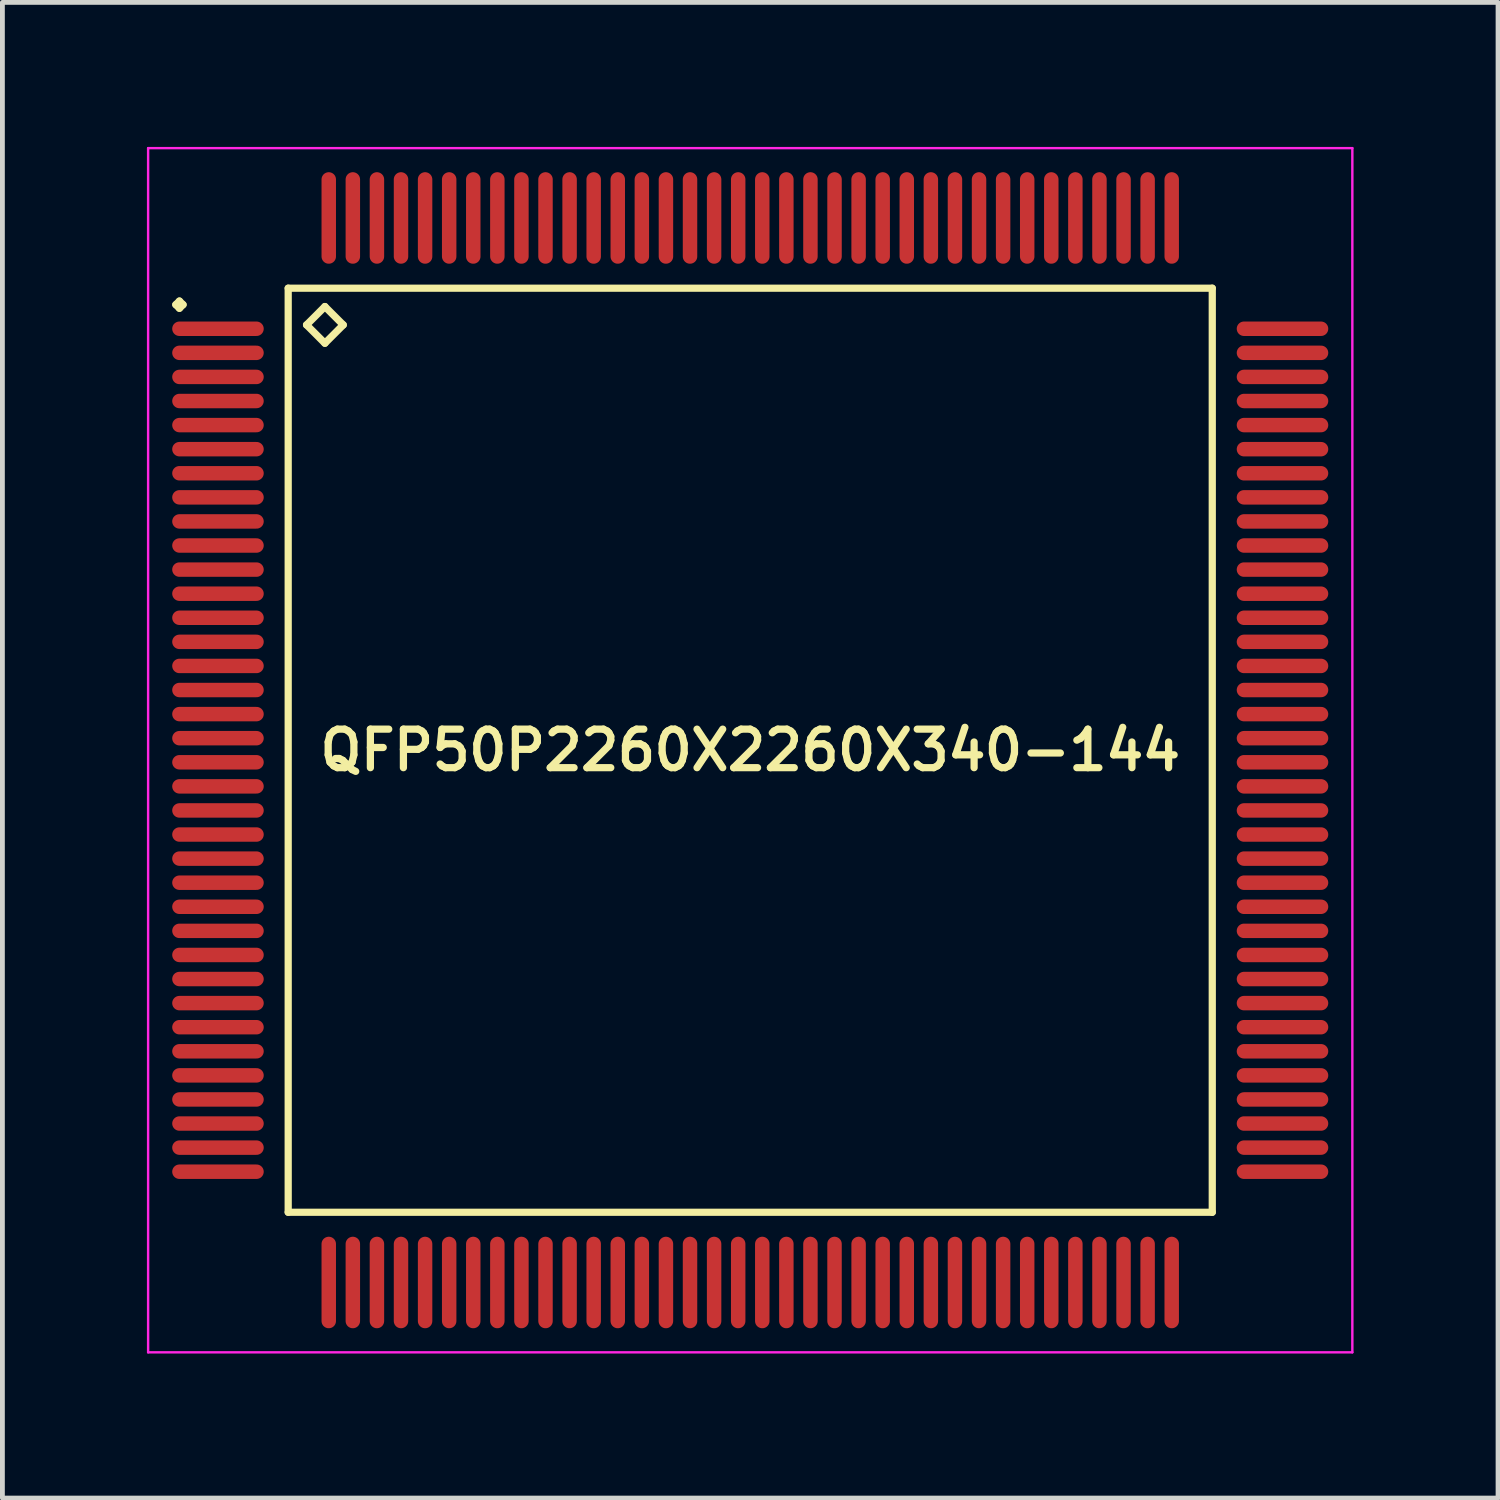
<source format=kicad_pcb>
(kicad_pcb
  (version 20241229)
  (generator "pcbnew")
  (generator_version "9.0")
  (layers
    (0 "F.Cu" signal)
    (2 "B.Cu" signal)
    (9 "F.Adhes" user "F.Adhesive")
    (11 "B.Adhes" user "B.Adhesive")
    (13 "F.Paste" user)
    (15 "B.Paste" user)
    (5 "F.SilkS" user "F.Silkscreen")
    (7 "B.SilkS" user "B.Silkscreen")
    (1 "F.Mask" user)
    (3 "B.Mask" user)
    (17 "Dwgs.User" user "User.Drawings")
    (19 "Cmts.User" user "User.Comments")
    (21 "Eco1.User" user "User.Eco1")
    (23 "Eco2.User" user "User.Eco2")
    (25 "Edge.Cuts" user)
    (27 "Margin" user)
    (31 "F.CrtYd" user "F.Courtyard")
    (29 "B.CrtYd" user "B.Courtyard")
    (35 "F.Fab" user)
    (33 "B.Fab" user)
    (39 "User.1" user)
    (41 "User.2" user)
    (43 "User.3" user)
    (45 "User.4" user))
  (footprint "QFP50P2260X2260X340-144"
    (layer "F.Cu")
    (at 12.525 12.525)
    (property "Reference" "QFP50P2260X2260X340-144" (at 0 0 0) (layer "F.SilkS") (effects (font (size 0.8 0.8) (thickness 0.15))))
    (attr smd)
    (fp_line (start -11.925 -9.25) (end -11.85 -9.325) (stroke (width 0.15) (type solid)) (layer "F.SilkS"))
    (fp_line (start -11.85 -9.325) (end -11.775 -9.25) (stroke (width 0.15) (type solid)) (layer "F.SilkS"))
    (fp_line (start -11.85 -9.175) (end -11.925 -9.25) (stroke (width 0.15) (type solid)) (layer "F.SilkS"))
    (fp_line (start -11.775 -9.25) (end -11.85 -9.175) (stroke (width 0.15) (type solid)) (layer "F.SilkS"))
    (fp_line (start -9.592 -9.592) (end -9.592 9.592) (stroke (width 0.15) (type solid)) (layer "F.SilkS"))
    (fp_line (start -9.592 9.592) (end 9.592 9.592) (stroke (width 0.15) (type solid)) (layer "F.SilkS"))
    (fp_line (start -9.211 -8.83) (end -8.83 -9.211) (stroke (width 0.15) (type solid)) (layer "F.SilkS"))
    (fp_line (start -8.83 -9.211) (end -8.449 -8.83) (stroke (width 0.15) (type solid)) (layer "F.SilkS"))
    (fp_line (start -8.83 -8.449) (end -9.211 -8.83) (stroke (width 0.15) (type solid)) (layer "F.SilkS"))
    (fp_line (start -8.449 -8.83) (end -8.83 -8.449) (stroke (width 0.15) (type solid)) (layer "F.SilkS"))
    (fp_line (start 9.592 -9.592) (end -9.592 -9.592) (stroke (width 0.15) (type solid)) (layer "F.SilkS"))
    (fp_line (start 9.592 9.592) (end 9.592 -9.592) (stroke (width 0.15) (type solid)) (layer "F.SilkS"))
    (fp_line (start -12.5 -12.5) (end 12.5 -12.5) (stroke (width 0.05) (type solid)) (layer "F.CrtYd"))
    (fp_line (start -12.5 12.5) (end -12.5 -12.5) (stroke (width 0.05) (type solid)) (layer "F.CrtYd"))
    (fp_line (start 12.5 -12.5) (end 12.5 12.5) (stroke (width 0.05) (type solid)) (layer "F.CrtYd"))
    (fp_line (start 12.5 12.5) (end -12.5 12.5) (stroke (width 0.05) (type solid)) (layer "F.CrtYd"))
    (pad "1" smd oval (at -11.05 -8.75) (size 1.9 0.3) (layers "F.Cu" "F.Mask" "F.Paste"))
    (pad "2" smd oval (at -11.05 -8.25) (size 1.9 0.3) (layers "F.Cu" "F.Mask" "F.Paste"))
    (pad "3" smd oval (at -11.05 -7.75) (size 1.9 0.3) (layers "F.Cu" "F.Mask" "F.Paste"))
    (pad "4" smd oval (at -11.05 -7.25) (size 1.9 0.3) (layers "F.Cu" "F.Mask" "F.Paste"))
    (pad "5" smd oval (at -11.05 -6.75) (size 1.9 0.3) (layers "F.Cu" "F.Mask" "F.Paste"))
    (pad "6" smd oval (at -11.05 -6.25) (size 1.9 0.3) (layers "F.Cu" "F.Mask" "F.Paste"))
    (pad "7" smd oval (at -11.05 -5.75) (size 1.9 0.3) (layers "F.Cu" "F.Mask" "F.Paste"))
    (pad "8" smd oval (at -11.05 -5.25) (size 1.9 0.3) (layers "F.Cu" "F.Mask" "F.Paste"))
    (pad "9" smd oval (at -11.05 -4.75) (size 1.9 0.3) (layers "F.Cu" "F.Mask" "F.Paste"))
    (pad "10" smd oval (at -11.05 -4.25) (size 1.9 0.3) (layers "F.Cu" "F.Mask" "F.Paste"))
    (pad "11" smd oval (at -11.05 -3.75) (size 1.9 0.3) (layers "F.Cu" "F.Mask" "F.Paste"))
    (pad "12" smd oval (at -11.05 -3.25) (size 1.9 0.3) (layers "F.Cu" "F.Mask" "F.Paste"))
    (pad "13" smd oval (at -11.05 -2.75) (size 1.9 0.3) (layers "F.Cu" "F.Mask" "F.Paste"))
    (pad "14" smd oval (at -11.05 -2.25) (size 1.9 0.3) (layers "F.Cu" "F.Mask" "F.Paste"))
    (pad "15" smd oval (at -11.05 -1.75) (size 1.9 0.3) (layers "F.Cu" "F.Mask" "F.Paste"))
    (pad "16" smd oval (at -11.05 -1.25) (size 1.9 0.3) (layers "F.Cu" "F.Mask" "F.Paste"))
    (pad "17" smd oval (at -11.05 -0.75) (size 1.9 0.3) (layers "F.Cu" "F.Mask" "F.Paste"))
    (pad "18" smd oval (at -11.05 -0.25) (size 1.9 0.3) (layers "F.Cu" "F.Mask" "F.Paste"))
    (pad "19" smd oval (at -11.05 0.25) (size 1.9 0.3) (layers "F.Cu" "F.Mask" "F.Paste"))
    (pad "20" smd oval (at -11.05 0.75) (size 1.9 0.3) (layers "F.Cu" "F.Mask" "F.Paste"))
    (pad "21" smd oval (at -11.05 1.25) (size 1.9 0.3) (layers "F.Cu" "F.Mask" "F.Paste"))
    (pad "22" smd oval (at -11.05 1.75) (size 1.9 0.3) (layers "F.Cu" "F.Mask" "F.Paste"))
    (pad "23" smd oval (at -11.05 2.25) (size 1.9 0.3) (layers "F.Cu" "F.Mask" "F.Paste"))
    (pad "24" smd oval (at -11.05 2.75) (size 1.9 0.3) (layers "F.Cu" "F.Mask" "F.Paste"))
    (pad "25" smd oval (at -11.05 3.25) (size 1.9 0.3) (layers "F.Cu" "F.Mask" "F.Paste"))
    (pad "26" smd oval (at -11.05 3.75) (size 1.9 0.3) (layers "F.Cu" "F.Mask" "F.Paste"))
    (pad "27" smd oval (at -11.05 4.25) (size 1.9 0.3) (layers "F.Cu" "F.Mask" "F.Paste"))
    (pad "28" smd oval (at -11.05 4.75) (size 1.9 0.3) (layers "F.Cu" "F.Mask" "F.Paste"))
    (pad "29" smd oval (at -11.05 5.25) (size 1.9 0.3) (layers "F.Cu" "F.Mask" "F.Paste"))
    (pad "30" smd oval (at -11.05 5.75) (size 1.9 0.3) (layers "F.Cu" "F.Mask" "F.Paste"))
    (pad "31" smd oval (at -11.05 6.25) (size 1.9 0.3) (layers "F.Cu" "F.Mask" "F.Paste"))
    (pad "32" smd oval (at -11.05 6.75) (size 1.9 0.3) (layers "F.Cu" "F.Mask" "F.Paste"))
    (pad "33" smd oval (at -11.05 7.25) (size 1.9 0.3) (layers "F.Cu" "F.Mask" "F.Paste"))
    (pad "34" smd oval (at -11.05 7.75) (size 1.9 0.3) (layers "F.Cu" "F.Mask" "F.Paste"))
    (pad "35" smd oval (at -11.05 8.25) (size 1.9 0.3) (layers "F.Cu" "F.Mask" "F.Paste"))
    (pad "36" smd oval (at -11.05 8.75) (size 1.9 0.3) (layers "F.Cu" "F.Mask" "F.Paste"))
    (pad "37" smd oval (at -8.75 11.05) (size 0.3 1.9) (layers "F.Cu" "F.Mask" "F.Paste"))
    (pad "38" smd oval (at -8.25 11.05) (size 0.3 1.9) (layers "F.Cu" "F.Mask" "F.Paste"))
    (pad "39" smd oval (at -7.75 11.05) (size 0.3 1.9) (layers "F.Cu" "F.Mask" "F.Paste"))
    (pad "40" smd oval (at -7.25 11.05) (size 0.3 1.9) (layers "F.Cu" "F.Mask" "F.Paste"))
    (pad "41" smd oval (at -6.75 11.05) (size 0.3 1.9) (layers "F.Cu" "F.Mask" "F.Paste"))
    (pad "42" smd oval (at -6.25 11.05) (size 0.3 1.9) (layers "F.Cu" "F.Mask" "F.Paste"))
    (pad "43" smd oval (at -5.75 11.05) (size 0.3 1.9) (layers "F.Cu" "F.Mask" "F.Paste"))
    (pad "44" smd oval (at -5.25 11.05) (size 0.3 1.9) (layers "F.Cu" "F.Mask" "F.Paste"))
    (pad "45" smd oval (at -4.75 11.05) (size 0.3 1.9) (layers "F.Cu" "F.Mask" "F.Paste"))
    (pad "46" smd oval (at -4.25 11.05) (size 0.3 1.9) (layers "F.Cu" "F.Mask" "F.Paste"))
    (pad "47" smd oval (at -3.75 11.05) (size 0.3 1.9) (layers "F.Cu" "F.Mask" "F.Paste"))
    (pad "48" smd oval (at -3.25 11.05) (size 0.3 1.9) (layers "F.Cu" "F.Mask" "F.Paste"))
    (pad "49" smd oval (at -2.75 11.05) (size 0.3 1.9) (layers "F.Cu" "F.Mask" "F.Paste"))
    (pad "50" smd oval (at -2.25 11.05) (size 0.3 1.9) (layers "F.Cu" "F.Mask" "F.Paste"))
    (pad "51" smd oval (at -1.75 11.05) (size 0.3 1.9) (layers "F.Cu" "F.Mask" "F.Paste"))
    (pad "52" smd oval (at -1.25 11.05) (size 0.3 1.9) (layers "F.Cu" "F.Mask" "F.Paste"))
    (pad "53" smd oval (at -0.75 11.05) (size 0.3 1.9) (layers "F.Cu" "F.Mask" "F.Paste"))
    (pad "54" smd oval (at -0.25 11.05) (size 0.3 1.9) (layers "F.Cu" "F.Mask" "F.Paste"))
    (pad "55" smd oval (at 0.25 11.05) (size 0.3 1.9) (layers "F.Cu" "F.Mask" "F.Paste"))
    (pad "56" smd oval (at 0.75 11.05) (size 0.3 1.9) (layers "F.Cu" "F.Mask" "F.Paste"))
    (pad "57" smd oval (at 1.25 11.05) (size 0.3 1.9) (layers "F.Cu" "F.Mask" "F.Paste"))
    (pad "58" smd oval (at 1.75 11.05) (size 0.3 1.9) (layers "F.Cu" "F.Mask" "F.Paste"))
    (pad "59" smd oval (at 2.25 11.05) (size 0.3 1.9) (layers "F.Cu" "F.Mask" "F.Paste"))
    (pad "60" smd oval (at 2.75 11.05) (size 0.3 1.9) (layers "F.Cu" "F.Mask" "F.Paste"))
    (pad "61" smd oval (at 3.25 11.05) (size 0.3 1.9) (layers "F.Cu" "F.Mask" "F.Paste"))
    (pad "62" smd oval (at 3.75 11.05) (size 0.3 1.9) (layers "F.Cu" "F.Mask" "F.Paste"))
    (pad "63" smd oval (at 4.25 11.05) (size 0.3 1.9) (layers "F.Cu" "F.Mask" "F.Paste"))
    (pad "64" smd oval (at 4.75 11.05) (size 0.3 1.9) (layers "F.Cu" "F.Mask" "F.Paste"))
    (pad "65" smd oval (at 5.25 11.05) (size 0.3 1.9) (layers "F.Cu" "F.Mask" "F.Paste"))
    (pad "66" smd oval (at 5.75 11.05) (size 0.3 1.9) (layers "F.Cu" "F.Mask" "F.Paste"))
    (pad "67" smd oval (at 6.25 11.05) (size 0.3 1.9) (layers "F.Cu" "F.Mask" "F.Paste"))
    (pad "68" smd oval (at 6.75 11.05) (size 0.3 1.9) (layers "F.Cu" "F.Mask" "F.Paste"))
    (pad "69" smd oval (at 7.25 11.05) (size 0.3 1.9) (layers "F.Cu" "F.Mask" "F.Paste"))
    (pad "70" smd oval (at 7.75 11.05) (size 0.3 1.9) (layers "F.Cu" "F.Mask" "F.Paste"))
    (pad "71" smd oval (at 8.25 11.05) (size 0.3 1.9) (layers "F.Cu" "F.Mask" "F.Paste"))
    (pad "72" smd oval (at 8.75 11.05) (size 0.3 1.9) (layers "F.Cu" "F.Mask" "F.Paste"))
    (pad "73" smd oval (at 11.05 8.75) (size 1.9 0.3) (layers "F.Cu" "F.Mask" "F.Paste"))
    (pad "74" smd oval (at 11.05 8.25) (size 1.9 0.3) (layers "F.Cu" "F.Mask" "F.Paste"))
    (pad "75" smd oval (at 11.05 7.75) (size 1.9 0.3) (layers "F.Cu" "F.Mask" "F.Paste"))
    (pad "76" smd oval (at 11.05 7.25) (size 1.9 0.3) (layers "F.Cu" "F.Mask" "F.Paste"))
    (pad "77" smd oval (at 11.05 6.75) (size 1.9 0.3) (layers "F.Cu" "F.Mask" "F.Paste"))
    (pad "78" smd oval (at 11.05 6.25) (size 1.9 0.3) (layers "F.Cu" "F.Mask" "F.Paste"))
    (pad "79" smd oval (at 11.05 5.75) (size 1.9 0.3) (layers "F.Cu" "F.Mask" "F.Paste"))
    (pad "80" smd oval (at 11.05 5.25) (size 1.9 0.3) (layers "F.Cu" "F.Mask" "F.Paste"))
    (pad "81" smd oval (at 11.05 4.75) (size 1.9 0.3) (layers "F.Cu" "F.Mask" "F.Paste"))
    (pad "82" smd oval (at 11.05 4.25) (size 1.9 0.3) (layers "F.Cu" "F.Mask" "F.Paste"))
    (pad "83" smd oval (at 11.05 3.75) (size 1.9 0.3) (layers "F.Cu" "F.Mask" "F.Paste"))
    (pad "84" smd oval (at 11.05 3.25) (size 1.9 0.3) (layers "F.Cu" "F.Mask" "F.Paste"))
    (pad "85" smd oval (at 11.05 2.75) (size 1.9 0.3) (layers "F.Cu" "F.Mask" "F.Paste"))
    (pad "86" smd oval (at 11.05 2.25) (size 1.9 0.3) (layers "F.Cu" "F.Mask" "F.Paste"))
    (pad "87" smd oval (at 11.05 1.75) (size 1.9 0.3) (layers "F.Cu" "F.Mask" "F.Paste"))
    (pad "88" smd oval (at 11.05 1.25) (size 1.9 0.3) (layers "F.Cu" "F.Mask" "F.Paste"))
    (pad "89" smd oval (at 11.05 0.75) (size 1.9 0.3) (layers "F.Cu" "F.Mask" "F.Paste"))
    (pad "90" smd oval (at 11.05 0.25) (size 1.9 0.3) (layers "F.Cu" "F.Mask" "F.Paste"))
    (pad "91" smd oval (at 11.05 -0.25) (size 1.9 0.3) (layers "F.Cu" "F.Mask" "F.Paste"))
    (pad "92" smd oval (at 11.05 -0.75) (size 1.9 0.3) (layers "F.Cu" "F.Mask" "F.Paste"))
    (pad "93" smd oval (at 11.05 -1.25) (size 1.9 0.3) (layers "F.Cu" "F.Mask" "F.Paste"))
    (pad "94" smd oval (at 11.05 -1.75) (size 1.9 0.3) (layers "F.Cu" "F.Mask" "F.Paste"))
    (pad "95" smd oval (at 11.05 -2.25) (size 1.9 0.3) (layers "F.Cu" "F.Mask" "F.Paste"))
    (pad "96" smd oval (at 11.05 -2.75) (size 1.9 0.3) (layers "F.Cu" "F.Mask" "F.Paste"))
    (pad "97" smd oval (at 11.05 -3.25) (size 1.9 0.3) (layers "F.Cu" "F.Mask" "F.Paste"))
    (pad "98" smd oval (at 11.05 -3.75) (size 1.9 0.3) (layers "F.Cu" "F.Mask" "F.Paste"))
    (pad "99" smd oval (at 11.05 -4.25) (size 1.9 0.3) (layers "F.Cu" "F.Mask" "F.Paste"))
    (pad "100" smd oval (at 11.05 -4.75) (size 1.9 0.3) (layers "F.Cu" "F.Mask" "F.Paste"))
    (pad "101" smd oval (at 11.05 -5.25) (size 1.9 0.3) (layers "F.Cu" "F.Mask" "F.Paste"))
    (pad "102" smd oval (at 11.05 -5.75) (size 1.9 0.3) (layers "F.Cu" "F.Mask" "F.Paste"))
    (pad "103" smd oval (at 11.05 -6.25) (size 1.9 0.3) (layers "F.Cu" "F.Mask" "F.Paste"))
    (pad "104" smd oval (at 11.05 -6.75) (size 1.9 0.3) (layers "F.Cu" "F.Mask" "F.Paste"))
    (pad "105" smd oval (at 11.05 -7.25) (size 1.9 0.3) (layers "F.Cu" "F.Mask" "F.Paste"))
    (pad "106" smd oval (at 11.05 -7.75) (size 1.9 0.3) (layers "F.Cu" "F.Mask" "F.Paste"))
    (pad "107" smd oval (at 11.05 -8.25) (size 1.9 0.3) (layers "F.Cu" "F.Mask" "F.Paste"))
    (pad "108" smd oval (at 11.05 -8.75) (size 1.9 0.3) (layers "F.Cu" "F.Mask" "F.Paste"))
    (pad "109" smd oval (at 8.75 -11.05) (size 0.3 1.9) (layers "F.Cu" "F.Mask" "F.Paste"))
    (pad "110" smd oval (at 8.25 -11.05) (size 0.3 1.9) (layers "F.Cu" "F.Mask" "F.Paste"))
    (pad "111" smd oval (at 7.75 -11.05) (size 0.3 1.9) (layers "F.Cu" "F.Mask" "F.Paste"))
    (pad "112" smd oval (at 7.25 -11.05) (size 0.3 1.9) (layers "F.Cu" "F.Mask" "F.Paste"))
    (pad "113" smd oval (at 6.75 -11.05) (size 0.3 1.9) (layers "F.Cu" "F.Mask" "F.Paste"))
    (pad "114" smd oval (at 6.25 -11.05) (size 0.3 1.9) (layers "F.Cu" "F.Mask" "F.Paste"))
    (pad "115" smd oval (at 5.75 -11.05) (size 0.3 1.9) (layers "F.Cu" "F.Mask" "F.Paste"))
    (pad "116" smd oval (at 5.25 -11.05) (size 0.3 1.9) (layers "F.Cu" "F.Mask" "F.Paste"))
    (pad "117" smd oval (at 4.75 -11.05) (size 0.3 1.9) (layers "F.Cu" "F.Mask" "F.Paste"))
    (pad "118" smd oval (at 4.25 -11.05) (size 0.3 1.9) (layers "F.Cu" "F.Mask" "F.Paste"))
    (pad "119" smd oval (at 3.75 -11.05) (size 0.3 1.9) (layers "F.Cu" "F.Mask" "F.Paste"))
    (pad "120" smd oval (at 3.25 -11.05) (size 0.3 1.9) (layers "F.Cu" "F.Mask" "F.Paste"))
    (pad "121" smd oval (at 2.75 -11.05) (size 0.3 1.9) (layers "F.Cu" "F.Mask" "F.Paste"))
    (pad "122" smd oval (at 2.25 -11.05) (size 0.3 1.9) (layers "F.Cu" "F.Mask" "F.Paste"))
    (pad "123" smd oval (at 1.75 -11.05) (size 0.3 1.9) (layers "F.Cu" "F.Mask" "F.Paste"))
    (pad "124" smd oval (at 1.25 -11.05) (size 0.3 1.9) (layers "F.Cu" "F.Mask" "F.Paste"))
    (pad "125" smd oval (at 0.75 -11.05) (size 0.3 1.9) (layers "F.Cu" "F.Mask" "F.Paste"))
    (pad "126" smd oval (at 0.25 -11.05) (size 0.3 1.9) (layers "F.Cu" "F.Mask" "F.Paste"))
    (pad "127" smd oval (at -0.25 -11.05) (size 0.3 1.9) (layers "F.Cu" "F.Mask" "F.Paste"))
    (pad "128" smd oval (at -0.75 -11.05) (size 0.3 1.9) (layers "F.Cu" "F.Mask" "F.Paste"))
    (pad "129" smd oval (at -1.25 -11.05) (size 0.3 1.9) (layers "F.Cu" "F.Mask" "F.Paste"))
    (pad "130" smd oval (at -1.75 -11.05) (size 0.3 1.9) (layers "F.Cu" "F.Mask" "F.Paste"))
    (pad "131" smd oval (at -2.25 -11.05) (size 0.3 1.9) (layers "F.Cu" "F.Mask" "F.Paste"))
    (pad "132" smd oval (at -2.75 -11.05) (size 0.3 1.9) (layers "F.Cu" "F.Mask" "F.Paste"))
    (pad "133" smd oval (at -3.25 -11.05) (size 0.3 1.9) (layers "F.Cu" "F.Mask" "F.Paste"))
    (pad "134" smd oval (at -3.75 -11.05) (size 0.3 1.9) (layers "F.Cu" "F.Mask" "F.Paste"))
    (pad "135" smd oval (at -4.25 -11.05) (size 0.3 1.9) (layers "F.Cu" "F.Mask" "F.Paste"))
    (pad "136" smd oval (at -4.75 -11.05) (size 0.3 1.9) (layers "F.Cu" "F.Mask" "F.Paste"))
    (pad "137" smd oval (at -5.25 -11.05) (size 0.3 1.9) (layers "F.Cu" "F.Mask" "F.Paste"))
    (pad "138" smd oval (at -5.75 -11.05) (size 0.3 1.9) (layers "F.Cu" "F.Mask" "F.Paste"))
    (pad "139" smd oval (at -6.25 -11.05) (size 0.3 1.9) (layers "F.Cu" "F.Mask" "F.Paste"))
    (pad "140" smd oval (at -6.75 -11.05) (size 0.3 1.9) (layers "F.Cu" "F.Mask" "F.Paste"))
    (pad "141" smd oval (at -7.25 -11.05) (size 0.3 1.9) (layers "F.Cu" "F.Mask" "F.Paste"))
    (pad "142" smd oval (at -7.75 -11.05) (size 0.3 1.9) (layers "F.Cu" "F.Mask" "F.Paste"))
    (pad "143" smd oval (at -8.25 -11.05) (size 0.3 1.9) (layers "F.Cu" "F.Mask" "F.Paste"))
    (pad "144" smd oval (at -8.75 -11.05) (size 0.3 1.9) (layers "F.Cu" "F.Mask" "F.Paste")))
  (gr_rect
    (start -3 -3)
    (end 28.05 28.05)
    (stroke (width 0.1) (type default))
    (fill no)
    (layer "Edge.Cuts")))
</source>
